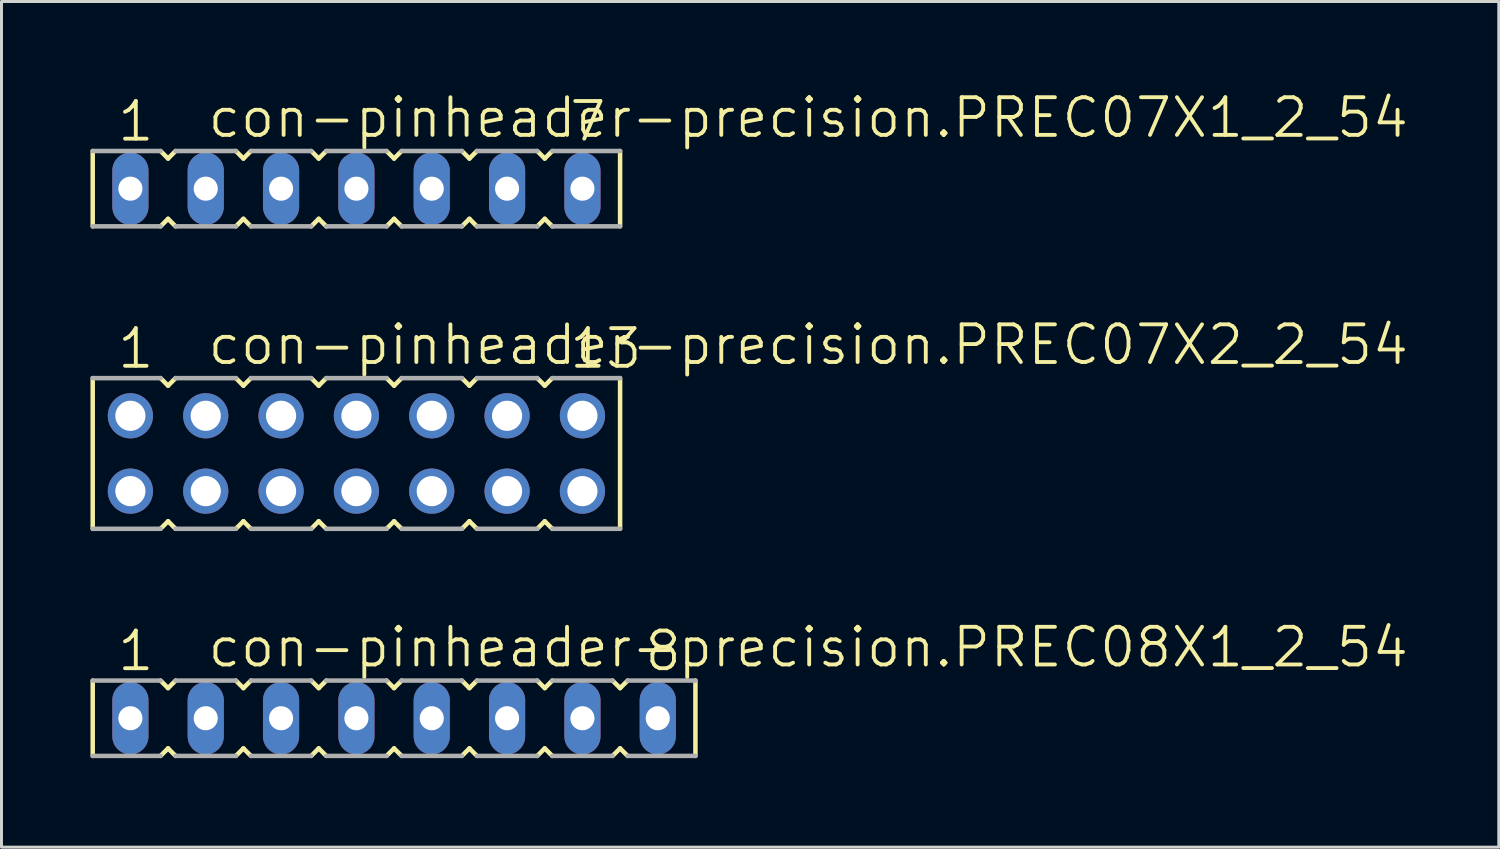
<source format=kicad_pcb>
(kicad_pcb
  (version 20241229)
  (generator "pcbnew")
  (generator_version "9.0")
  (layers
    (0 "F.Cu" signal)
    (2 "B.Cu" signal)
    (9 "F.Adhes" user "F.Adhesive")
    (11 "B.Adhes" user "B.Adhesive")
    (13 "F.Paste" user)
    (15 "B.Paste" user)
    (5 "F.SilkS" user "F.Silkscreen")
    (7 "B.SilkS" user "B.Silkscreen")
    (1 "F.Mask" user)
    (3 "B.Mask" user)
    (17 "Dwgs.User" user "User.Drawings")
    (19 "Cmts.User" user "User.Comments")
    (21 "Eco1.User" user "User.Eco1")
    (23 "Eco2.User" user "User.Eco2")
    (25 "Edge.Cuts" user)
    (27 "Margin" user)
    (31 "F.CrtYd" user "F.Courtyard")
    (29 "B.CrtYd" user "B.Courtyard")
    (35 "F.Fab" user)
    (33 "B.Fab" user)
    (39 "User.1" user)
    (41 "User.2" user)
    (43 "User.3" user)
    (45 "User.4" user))
  (footprint "con-pinheader-precision.PREC08X1_2_54"
    (layer "F.Cu")
    (at 10.236 21.165)
    (property "Reference" "con-pinheader-precision.PREC08X1_2_54" (at -6.35 -1.651 0) (layer "F.SilkS") (effects (font (size 1.27 1.27) (thickness 0.13)) (justify left bottom)))
    (attr through_hole)
    (fp_line (start -10.16 -1.27) (end -10.16 1.27) (stroke (width 0.152) (type default)) (layer "F.SilkS"))
    (fp_line (start -7.874 1.27) (end -7.62 1.016) (stroke (width 0.152) (type default)) (layer "F.SilkS"))
    (fp_line (start -7.62 -1.016) (end -7.874 -1.27) (stroke (width 0.152) (type default)) (layer "F.SilkS"))
    (fp_line (start -7.62 1.016) (end -7.366 1.27) (stroke (width 0.152) (type default)) (layer "F.SilkS"))
    (fp_line (start -7.366 -1.27) (end -7.62 -1.016) (stroke (width 0.152) (type default)) (layer "F.SilkS"))
    (fp_line (start -5.334 1.27) (end -5.08 1.016) (stroke (width 0.152) (type default)) (layer "F.SilkS"))
    (fp_line (start -5.08 -1.016) (end -5.334 -1.27) (stroke (width 0.152) (type default)) (layer "F.SilkS"))
    (fp_line (start -5.08 1.016) (end -4.826 1.27) (stroke (width 0.152) (type default)) (layer "F.SilkS"))
    (fp_line (start -4.826 -1.27) (end -5.08 -1.016) (stroke (width 0.152) (type default)) (layer "F.SilkS"))
    (fp_line (start -2.794 1.27) (end -2.54 1.016) (stroke (width 0.152) (type default)) (layer "F.SilkS"))
    (fp_line (start -2.54 -1.016) (end -2.794 -1.27) (stroke (width 0.152) (type default)) (layer "F.SilkS"))
    (fp_line (start -2.54 1.016) (end -2.286 1.27) (stroke (width 0.152) (type default)) (layer "F.SilkS"))
    (fp_line (start -2.286 -1.27) (end -2.54 -1.016) (stroke (width 0.152) (type default)) (layer "F.SilkS"))
    (fp_line (start -0.254 1.27) (end 0 1.016) (stroke (width 0.152) (type default)) (layer "F.SilkS"))
    (fp_line (start 0 -1.016) (end -0.254 -1.27) (stroke (width 0.152) (type default)) (layer "F.SilkS"))
    (fp_line (start 0 1.016) (end 0.254 1.27) (stroke (width 0.152) (type default)) (layer "F.SilkS"))
    (fp_line (start 0.254 -1.27) (end 0 -1.016) (stroke (width 0.152) (type default)) (layer "F.SilkS"))
    (fp_line (start 2.286 1.27) (end 2.54 1.016) (stroke (width 0.152) (type default)) (layer "F.SilkS"))
    (fp_line (start 2.54 -1.016) (end 2.286 -1.27) (stroke (width 0.152) (type default)) (layer "F.SilkS"))
    (fp_line (start 2.54 1.016) (end 2.794 1.27) (stroke (width 0.152) (type default)) (layer "F.SilkS"))
    (fp_line (start 2.794 -1.27) (end 2.54 -1.016) (stroke (width 0.152) (type default)) (layer "F.SilkS"))
    (fp_line (start 4.826 1.27) (end 5.08 1.016) (stroke (width 0.152) (type default)) (layer "F.SilkS"))
    (fp_line (start 5.08 -1.016) (end 4.826 -1.27) (stroke (width 0.152) (type default)) (layer "F.SilkS"))
    (fp_line (start 5.08 1.016) (end 5.334 1.27) (stroke (width 0.152) (type default)) (layer "F.SilkS"))
    (fp_line (start 5.334 -1.27) (end 5.08 -1.016) (stroke (width 0.152) (type default)) (layer "F.SilkS"))
    (fp_line (start 7.366 1.27) (end 7.62 1.016) (stroke (width 0.152) (type default)) (layer "F.SilkS"))
    (fp_line (start 7.62 -1.016) (end 7.366 -1.27) (stroke (width 0.152) (type default)) (layer "F.SilkS"))
    (fp_line (start 7.62 1.016) (end 7.874 1.27) (stroke (width 0.152) (type default)) (layer "F.SilkS"))
    (fp_line (start 7.874 -1.27) (end 7.62 -1.016) (stroke (width 0.152) (type default)) (layer "F.SilkS"))
    (fp_line (start 10.16 1.27) (end 10.16 -1.27) (stroke (width 0.152) (type default)) (layer "F.SilkS"))
    (fp_line (start -10.16 1.27) (end -7.874 1.27) (stroke (width 0.152) (type default)) (layer "F.Fab"))
    (fp_line (start -7.874 -1.27) (end -10.16 -1.27) (stroke (width 0.152) (type default)) (layer "F.Fab"))
    (fp_line (start -7.366 1.27) (end -5.334 1.27) (stroke (width 0.152) (type default)) (layer "F.Fab"))
    (fp_line (start -5.334 -1.27) (end -7.366 -1.27) (stroke (width 0.152) (type default)) (layer "F.Fab"))
    (fp_line (start -4.826 1.27) (end -2.794 1.27) (stroke (width 0.152) (type default)) (layer "F.Fab"))
    (fp_line (start -2.794 -1.27) (end -4.826 -1.27) (stroke (width 0.152) (type default)) (layer "F.Fab"))
    (fp_line (start -2.286 1.27) (end -0.254 1.27) (stroke (width 0.152) (type default)) (layer "F.Fab"))
    (fp_line (start -0.254 -1.27) (end -2.286 -1.27) (stroke (width 0.152) (type default)) (layer "F.Fab"))
    (fp_line (start 0.254 1.27) (end 2.286 1.27) (stroke (width 0.152) (type default)) (layer "F.Fab"))
    (fp_line (start 2.286 -1.27) (end 0.254 -1.27) (stroke (width 0.152) (type default)) (layer "F.Fab"))
    (fp_line (start 2.794 1.27) (end 4.826 1.27) (stroke (width 0.152) (type default)) (layer "F.Fab"))
    (fp_line (start 4.826 -1.27) (end 2.794 -1.27) (stroke (width 0.152) (type default)) (layer "F.Fab"))
    (fp_line (start 5.334 1.27) (end 7.366 1.27) (stroke (width 0.152) (type default)) (layer "F.Fab"))
    (fp_line (start 7.366 -1.27) (end 5.334 -1.27) (stroke (width 0.152) (type default)) (layer "F.Fab"))
    (fp_line (start 7.874 1.27) (end 10.16 1.27) (stroke (width 0.152) (type default)) (layer "F.Fab"))
    (fp_line (start 10.16 -1.27) (end 7.874 -1.27) (stroke (width 0.152) (type default)) (layer "F.Fab"))
    (fp_text user "1" (at -9.398 -1.524 0) (layer "F.SilkS") (effects (font (size 1.27 1.27) (thickness 0.13)) (justify left bottom)))
    (fp_text user "8" (at 8.382 -1.524 0) (layer "F.SilkS") (effects (font (size 1.27 1.27) (thickness 0.13)) (justify left bottom)))
    (pad "1" thru_hole oval (at -8.89 0 90) (size 2.438 1.219) (drill 0.813) (layers "*.Cu" "*.Mask"))
    (pad "2" thru_hole oval (at -6.35 0 90) (size 2.438 1.219) (drill 0.813) (layers "*.Cu" "*.Mask"))
    (pad "3" thru_hole oval (at -3.81 0 90) (size 2.438 1.219) (drill 0.813) (layers "*.Cu" "*.Mask"))
    (pad "4" thru_hole oval (at -1.27 0 90) (size 2.438 1.219) (drill 0.813) (layers "*.Cu" "*.Mask"))
    (pad "5" thru_hole oval (at 1.27 0 90) (size 2.438 1.219) (drill 0.813) (layers "*.Cu" "*.Mask"))
    (pad "6" thru_hole oval (at 3.81 0 90) (size 2.438 1.219) (drill 0.813) (layers "*.Cu" "*.Mask"))
    (pad "7" thru_hole oval (at 6.35 0 90) (size 2.438 1.219) (drill 0.813) (layers "*.Cu" "*.Mask"))
    (pad "8" thru_hole oval (at 8.89 0 90) (size 2.438 1.219) (drill 0.813) (layers "*.Cu" "*.Mask")))
  (footprint "con-pinheader-precision.PREC07X2_2_54"
    (layer "F.Cu")
    (at 8.966 12.238)
    (property "Reference" "con-pinheader-precision.PREC07X2_2_54" (at -5.08 -2.921 0) (layer "F.SilkS") (effects (font (size 1.27 1.27) (thickness 0.13)) (justify left bottom)))
    (attr through_hole)
    (fp_line (start -8.89 -2.54) (end -8.89 2.54) (stroke (width 0.152) (type default)) (layer "F.SilkS"))
    (fp_line (start -6.604 2.54) (end -6.35 2.286) (stroke (width 0.152) (type default)) (layer "F.SilkS"))
    (fp_line (start -6.35 -2.286) (end -6.604 -2.54) (stroke (width 0.152) (type default)) (layer "F.SilkS"))
    (fp_line (start -6.35 2.286) (end -6.096 2.54) (stroke (width 0.152) (type default)) (layer "F.SilkS"))
    (fp_line (start -6.096 -2.54) (end -6.35 -2.286) (stroke (width 0.152) (type default)) (layer "F.SilkS"))
    (fp_line (start -4.064 2.54) (end -3.81 2.286) (stroke (width 0.152) (type default)) (layer "F.SilkS"))
    (fp_line (start -3.81 -2.286) (end -4.064 -2.54) (stroke (width 0.152) (type default)) (layer "F.SilkS"))
    (fp_line (start -3.81 2.286) (end -3.556 2.54) (stroke (width 0.152) (type default)) (layer "F.SilkS"))
    (fp_line (start -3.556 -2.54) (end -3.81 -2.286) (stroke (width 0.152) (type default)) (layer "F.SilkS"))
    (fp_line (start -1.524 2.54) (end -1.27 2.286) (stroke (width 0.152) (type default)) (layer "F.SilkS"))
    (fp_line (start -1.27 -2.286) (end -1.524 -2.54) (stroke (width 0.152) (type default)) (layer "F.SilkS"))
    (fp_line (start -1.27 2.286) (end -1.016 2.54) (stroke (width 0.152) (type default)) (layer "F.SilkS"))
    (fp_line (start -1.016 -2.54) (end -1.27 -2.286) (stroke (width 0.152) (type default)) (layer "F.SilkS"))
    (fp_line (start 1.016 2.54) (end 1.27 2.286) (stroke (width 0.152) (type default)) (layer "F.SilkS"))
    (fp_line (start 1.27 -2.286) (end 1.016 -2.54) (stroke (width 0.152) (type default)) (layer "F.SilkS"))
    (fp_line (start 1.27 2.286) (end 1.524 2.54) (stroke (width 0.152) (type default)) (layer "F.SilkS"))
    (fp_line (start 1.524 -2.54) (end 1.27 -2.286) (stroke (width 0.152) (type default)) (layer "F.SilkS"))
    (fp_line (start 3.556 2.54) (end 3.81 2.286) (stroke (width 0.152) (type default)) (layer "F.SilkS"))
    (fp_line (start 3.81 -2.286) (end 3.556 -2.54) (stroke (width 0.152) (type default)) (layer "F.SilkS"))
    (fp_line (start 3.81 2.286) (end 4.064 2.54) (stroke (width 0.152) (type default)) (layer "F.SilkS"))
    (fp_line (start 4.064 -2.54) (end 3.81 -2.286) (stroke (width 0.152) (type default)) (layer "F.SilkS"))
    (fp_line (start 6.096 2.54) (end 6.35 2.286) (stroke (width 0.152) (type default)) (layer "F.SilkS"))
    (fp_line (start 6.35 -2.286) (end 6.096 -2.54) (stroke (width 0.152) (type default)) (layer "F.SilkS"))
    (fp_line (start 6.35 2.286) (end 6.604 2.54) (stroke (width 0.152) (type default)) (layer "F.SilkS"))
    (fp_line (start 6.604 -2.54) (end 6.35 -2.286) (stroke (width 0.152) (type default)) (layer "F.SilkS"))
    (fp_line (start 8.89 2.54) (end 8.89 -2.54) (stroke (width 0.152) (type default)) (layer "F.SilkS"))
    (fp_line (start -8.89 2.54) (end -6.604 2.54) (stroke (width 0.152) (type default)) (layer "F.Fab"))
    (fp_line (start -6.604 -2.54) (end -8.89 -2.54) (stroke (width 0.152) (type default)) (layer "F.Fab"))
    (fp_line (start -6.096 2.54) (end -4.064 2.54) (stroke (width 0.152) (type default)) (layer "F.Fab"))
    (fp_line (start -4.064 -2.54) (end -6.096 -2.54) (stroke (width 0.152) (type default)) (layer "F.Fab"))
    (fp_line (start -3.556 2.54) (end -1.524 2.54) (stroke (width 0.152) (type default)) (layer "F.Fab"))
    (fp_line (start -1.524 -2.54) (end -3.556 -2.54) (stroke (width 0.152) (type default)) (layer "F.Fab"))
    (fp_line (start -1.016 2.54) (end 1.016 2.54) (stroke (width 0.152) (type default)) (layer "F.Fab"))
    (fp_line (start 1.016 -2.54) (end -1.016 -2.54) (stroke (width 0.152) (type default)) (layer "F.Fab"))
    (fp_line (start 1.524 2.54) (end 3.556 2.54) (stroke (width 0.152) (type default)) (layer "F.Fab"))
    (fp_line (start 3.556 -2.54) (end 1.524 -2.54) (stroke (width 0.152) (type default)) (layer "F.Fab"))
    (fp_line (start 4.064 2.54) (end 6.096 2.54) (stroke (width 0.152) (type default)) (layer "F.Fab"))
    (fp_line (start 6.096 -2.54) (end 4.064 -2.54) (stroke (width 0.152) (type default)) (layer "F.Fab"))
    (fp_line (start 6.604 2.54) (end 8.89 2.54) (stroke (width 0.152) (type default)) (layer "F.Fab"))
    (fp_line (start 8.89 -2.54) (end 6.604 -2.54) (stroke (width 0.152) (type default)) (layer "F.Fab"))
    (fp_text user "1" (at -8.128 -2.794 0) (layer "F.SilkS") (effects (font (size 1.27 1.27) (thickness 0.13)) (justify left bottom)))
    (fp_text user "13" (at 7.112 -2.794 0) (layer "F.SilkS") (effects (font (size 1.27 1.27) (thickness 0.13)) (justify left bottom)))
    (pad "1" thru_hole circle (at -7.62 -1.27 180) (size 1.524 1.524) (drill 1.016) (layers "*.Cu" "*.Mask"))
    (pad "2" thru_hole circle (at -7.62 1.27 180) (size 1.524 1.524) (drill 1.016) (layers "*.Cu" "*.Mask"))
    (pad "3" thru_hole circle (at -5.08 -1.27 180) (size 1.524 1.524) (drill 1.016) (layers "*.Cu" "*.Mask"))
    (pad "4" thru_hole circle (at -5.08 1.27 180) (size 1.524 1.524) (drill 1.016) (layers "*.Cu" "*.Mask"))
    (pad "5" thru_hole circle (at -2.54 -1.27 180) (size 1.524 1.524) (drill 1.016) (layers "*.Cu" "*.Mask"))
    (pad "6" thru_hole circle (at -2.54 1.27 180) (size 1.524 1.524) (drill 1.016) (layers "*.Cu" "*.Mask"))
    (pad "7" thru_hole circle (at 0 -1.27 180) (size 1.524 1.524) (drill 1.016) (layers "*.Cu" "*.Mask"))
    (pad "8" thru_hole circle (at 0 1.27 180) (size 1.524 1.524) (drill 1.016) (layers "*.Cu" "*.Mask"))
    (pad "9" thru_hole circle (at 2.54 -1.27 180) (size 1.524 1.524) (drill 1.016) (layers "*.Cu" "*.Mask"))
    (pad "10" thru_hole circle (at 2.54 1.27 180) (size 1.524 1.524) (drill 1.016) (layers "*.Cu" "*.Mask"))
    (pad "11" thru_hole circle (at 5.08 -1.27 180) (size 1.524 1.524) (drill 1.016) (layers "*.Cu" "*.Mask"))
    (pad "12" thru_hole circle (at 5.08 1.27 180) (size 1.524 1.524) (drill 1.016) (layers "*.Cu" "*.Mask"))
    (pad "13" thru_hole circle (at 7.62 -1.27 180) (size 1.524 1.524) (drill 1.016) (layers "*.Cu" "*.Mask"))
    (pad "14" thru_hole circle (at 7.62 1.27 180) (size 1.524 1.524) (drill 1.016) (layers "*.Cu" "*.Mask")))
  (footprint "con-pinheader-precision.PREC07X1_2_54"
    (layer "F.Cu")
    (at 8.966 3.311)
    (property "Reference" "con-pinheader-precision.PREC07X1_2_54" (at -5.08 -1.651 0) (layer "F.SilkS") (effects (font (size 1.27 1.27) (thickness 0.13)) (justify left bottom)))
    (attr through_hole)
    (fp_line (start -8.89 -1.27) (end -8.89 1.27) (stroke (width 0.152) (type default)) (layer "F.SilkS"))
    (fp_line (start -6.604 1.27) (end -6.35 1.016) (stroke (width 0.152) (type default)) (layer "F.SilkS"))
    (fp_line (start -6.35 -1.016) (end -6.604 -1.27) (stroke (width 0.152) (type default)) (layer "F.SilkS"))
    (fp_line (start -6.35 1.016) (end -6.096 1.27) (stroke (width 0.152) (type default)) (layer "F.SilkS"))
    (fp_line (start -6.096 -1.27) (end -6.35 -1.016) (stroke (width 0.152) (type default)) (layer "F.SilkS"))
    (fp_line (start -4.064 1.27) (end -3.81 1.016) (stroke (width 0.152) (type default)) (layer "F.SilkS"))
    (fp_line (start -3.81 -1.016) (end -4.064 -1.27) (stroke (width 0.152) (type default)) (layer "F.SilkS"))
    (fp_line (start -3.81 1.016) (end -3.556 1.27) (stroke (width 0.152) (type default)) (layer "F.SilkS"))
    (fp_line (start -3.556 -1.27) (end -3.81 -1.016) (stroke (width 0.152) (type default)) (layer "F.SilkS"))
    (fp_line (start -1.524 1.27) (end -1.27 1.016) (stroke (width 0.152) (type default)) (layer "F.SilkS"))
    (fp_line (start -1.27 -1.016) (end -1.524 -1.27) (stroke (width 0.152) (type default)) (layer "F.SilkS"))
    (fp_line (start -1.27 1.016) (end -1.016 1.27) (stroke (width 0.152) (type default)) (layer "F.SilkS"))
    (fp_line (start -1.016 -1.27) (end -1.27 -1.016) (stroke (width 0.152) (type default)) (layer "F.SilkS"))
    (fp_line (start 1.016 1.27) (end 1.27 1.016) (stroke (width 0.152) (type default)) (layer "F.SilkS"))
    (fp_line (start 1.27 -1.016) (end 1.016 -1.27) (stroke (width 0.152) (type default)) (layer "F.SilkS"))
    (fp_line (start 1.27 1.016) (end 1.524 1.27) (stroke (width 0.152) (type default)) (layer "F.SilkS"))
    (fp_line (start 1.524 -1.27) (end 1.27 -1.016) (stroke (width 0.152) (type default)) (layer "F.SilkS"))
    (fp_line (start 3.556 1.27) (end 3.81 1.016) (stroke (width 0.152) (type default)) (layer "F.SilkS"))
    (fp_line (start 3.81 -1.016) (end 3.556 -1.27) (stroke (width 0.152) (type default)) (layer "F.SilkS"))
    (fp_line (start 3.81 1.016) (end 4.064 1.27) (stroke (width 0.152) (type default)) (layer "F.SilkS"))
    (fp_line (start 4.064 -1.27) (end 3.81 -1.016) (stroke (width 0.152) (type default)) (layer "F.SilkS"))
    (fp_line (start 6.096 1.27) (end 6.35 1.016) (stroke (width 0.152) (type default)) (layer "F.SilkS"))
    (fp_line (start 6.35 -1.016) (end 6.096 -1.27) (stroke (width 0.152) (type default)) (layer "F.SilkS"))
    (fp_line (start 6.35 1.016) (end 6.604 1.27) (stroke (width 0.152) (type default)) (layer "F.SilkS"))
    (fp_line (start 6.604 -1.27) (end 6.35 -1.016) (stroke (width 0.152) (type default)) (layer "F.SilkS"))
    (fp_line (start 8.89 1.27) (end 8.89 -1.27) (stroke (width 0.152) (type default)) (layer "F.SilkS"))
    (fp_line (start -8.89 1.27) (end -6.604 1.27) (stroke (width 0.152) (type default)) (layer "F.Fab"))
    (fp_line (start -6.604 -1.27) (end -8.89 -1.27) (stroke (width 0.152) (type default)) (layer "F.Fab"))
    (fp_line (start -6.096 1.27) (end -4.064 1.27) (stroke (width 0.152) (type default)) (layer "F.Fab"))
    (fp_line (start -4.064 -1.27) (end -6.096 -1.27) (stroke (width 0.152) (type default)) (layer "F.Fab"))
    (fp_line (start -3.556 1.27) (end -1.524 1.27) (stroke (width 0.152) (type default)) (layer "F.Fab"))
    (fp_line (start -1.524 -1.27) (end -3.556 -1.27) (stroke (width 0.152) (type default)) (layer "F.Fab"))
    (fp_line (start -1.016 1.27) (end 1.016 1.27) (stroke (width 0.152) (type default)) (layer "F.Fab"))
    (fp_line (start 1.016 -1.27) (end -1.016 -1.27) (stroke (width 0.152) (type default)) (layer "F.Fab"))
    (fp_line (start 1.524 1.27) (end 3.556 1.27) (stroke (width 0.152) (type default)) (layer "F.Fab"))
    (fp_line (start 3.556 -1.27) (end 1.524 -1.27) (stroke (width 0.152) (type default)) (layer "F.Fab"))
    (fp_line (start 4.064 1.27) (end 6.096 1.27) (stroke (width 0.152) (type default)) (layer "F.Fab"))
    (fp_line (start 6.096 -1.27) (end 4.064 -1.27) (stroke (width 0.152) (type default)) (layer "F.Fab"))
    (fp_line (start 6.604 1.27) (end 8.89 1.27) (stroke (width 0.152) (type default)) (layer "F.Fab"))
    (fp_line (start 8.89 -1.27) (end 6.604 -1.27) (stroke (width 0.152) (type default)) (layer "F.Fab"))
    (fp_text user "1" (at -8.128 -1.524 0) (layer "F.SilkS") (effects (font (size 1.27 1.27) (thickness 0.13)) (justify left bottom)))
    (fp_text user "7" (at 7.112 -1.524 0) (layer "F.SilkS") (effects (font (size 1.27 1.27) (thickness 0.13)) (justify left bottom)))
    (pad "1" thru_hole oval (at -7.62 0 90) (size 2.438 1.219) (drill 0.813) (layers "*.Cu" "*.Mask"))
    (pad "2" thru_hole oval (at -5.08 0 90) (size 2.438 1.219) (drill 0.813) (layers "*.Cu" "*.Mask"))
    (pad "3" thru_hole oval (at -2.54 0 90) (size 2.438 1.219) (drill 0.813) (layers "*.Cu" "*.Mask"))
    (pad "4" thru_hole oval (at 0 0 90) (size 2.438 1.219) (drill 0.813) (layers "*.Cu" "*.Mask"))
    (pad "5" thru_hole oval (at 2.54 0 90) (size 2.438 1.219) (drill 0.813) (layers "*.Cu" "*.Mask"))
    (pad "6" thru_hole oval (at 5.08 0 90) (size 2.438 1.219) (drill 0.813) (layers "*.Cu" "*.Mask"))
    (pad "7" thru_hole oval (at 7.62 0 90) (size 2.438 1.219) (drill 0.813) (layers "*.Cu" "*.Mask")))
  (gr_rect
    (start -3 -3)
    (end 47.481 25.512)
    (stroke (width 0.1) (type default))
    (fill no)
    (layer "Edge.Cuts")))
</source>
